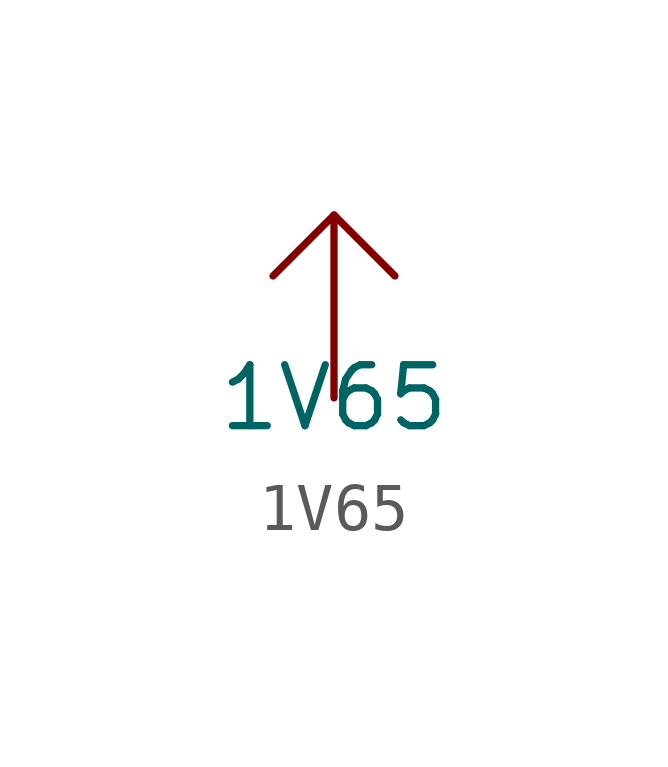
<source format=kicad_sym>
(kicad_symbol_lib
  (version 20241209)
  (generator "kicad_symbol_editor")
  (generator_version "9.0")
  (symbol "1V65"
    (power)
    (property "Reference" "#PWR"
      (at 0 0 0)
      (effects (font (size 1.27 1.27)) (hide yes)))
    (property "Value" "1V65"
      (at 0 0 0)
      (effects (font (size 1.27 1.27))))
    (symbol "1V65_0_1"
      (polyline (pts (xy 0 3.81) (xy 1.27 2.54)) (stroke (width 0) (type default)) (fill (type none)))
      (polyline (pts (xy 0 0) (xy 0 3.81) (xy -1.27 2.54)) (stroke (width 0) (type default)) (fill (type none))))
    (symbol "1V65_1_1"
      (pin power_in line (at 0 0 90) (length 0) (hide yes) (name "1V65" (effects (font (size 1.27 1.27)))) (number "1" (effects (font (size 1.27 1.27))))))))
</source>
